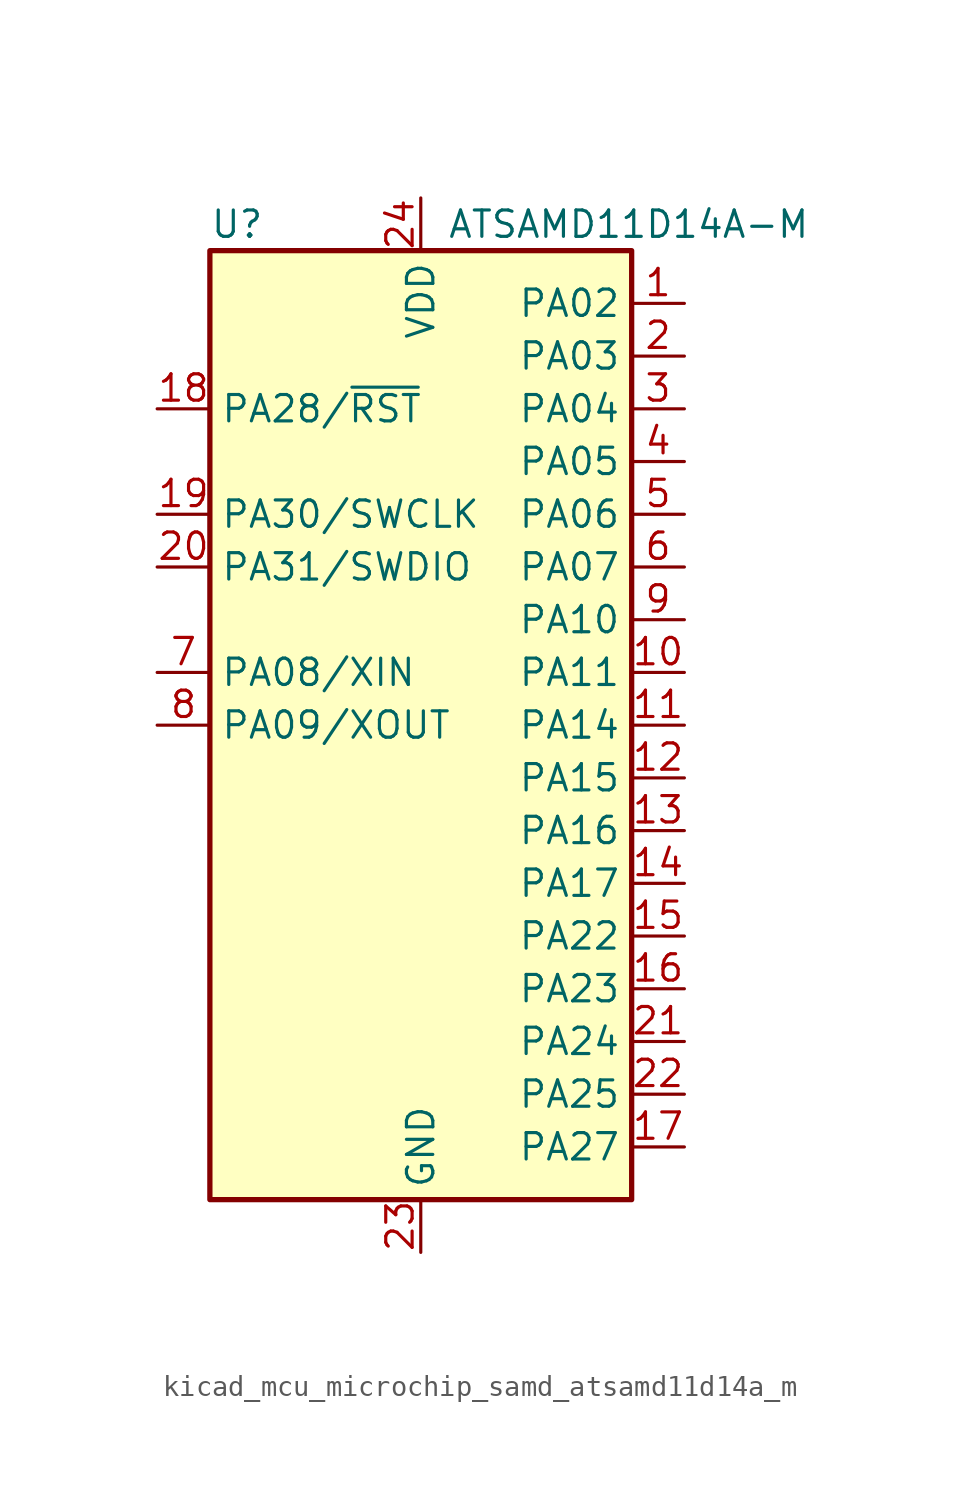
<source format=kicad_sym>
(kicad_symbol_lib
  (version 20220914)
  (generator kicad_symbol_editor)
  (symbol "kicad_mcu_microchip_samd_atsamd11d14a_m"
    (property "Reference" "U"
      (at -10.16 24.13 0)
      (effects (font (size 1.27 1.27)) (justify left)))
    (property "Value" "ATSAMD11D14A-M"
      (at 1.27 24.13 0)
      (effects (font (size 1.27 1.27)) (justify left)))
    (symbol "kicad_mcu_microchip_samd_atsamd11d14a_m_0_1"
      (rectangle (start -10.16 22.86) (end 10.16 -22.86) (stroke (width 0.254) (type default)) (fill (type background))))
    (symbol "kicad_mcu_microchip_samd_atsamd11d14a_m_1_1"
      (pin bidirectional line (at 12.7 20.32 180) (length 2.54) (name "PA02" (effects (font (size 1.27 1.27)))) (number "1" (effects (font (size 1.27 1.27)))))
      (pin bidirectional line (at 12.7 2.54 180) (length 2.54) (name "PA11" (effects (font (size 1.27 1.27)))) (number "10" (effects (font (size 1.27 1.27)))))
      (pin bidirectional line (at 12.7 0 180) (length 2.54) (name "PA14" (effects (font (size 1.27 1.27)))) (number "11" (effects (font (size 1.27 1.27)))))
      (pin bidirectional line (at 12.7 -2.54 180) (length 2.54) (name "PA15" (effects (font (size 1.27 1.27)))) (number "12" (effects (font (size 1.27 1.27)))))
      (pin bidirectional line (at 12.7 -5.08 180) (length 2.54) (name "PA16" (effects (font (size 1.27 1.27)))) (number "13" (effects (font (size 1.27 1.27)))))
      (pin bidirectional line (at 12.7 -7.62 180) (length 2.54) (name "PA17" (effects (font (size 1.27 1.27)))) (number "14" (effects (font (size 1.27 1.27)))))
      (pin bidirectional line (at 12.7 -10.16 180) (length 2.54) (name "PA22" (effects (font (size 1.27 1.27)))) (number "15" (effects (font (size 1.27 1.27)))))
      (pin bidirectional line (at 12.7 -12.7 180) (length 2.54) (name "PA23" (effects (font (size 1.27 1.27)))) (number "16" (effects (font (size 1.27 1.27)))))
      (pin bidirectional line (at 12.7 -20.32 180) (length 2.54) (name "PA27" (effects (font (size 1.27 1.27)))) (number "17" (effects (font (size 1.27 1.27)))))
      (pin bidirectional line (at -12.7 15.24 0) (length 2.54) (name "PA28/~{RST}" (effects (font (size 1.27 1.27)))) (number "18" (effects (font (size 1.27 1.27)))))
      (pin bidirectional line (at -12.7 10.16 0) (length 2.54) (name "PA30/SWCLK" (effects (font (size 1.27 1.27)))) (number "19" (effects (font (size 1.27 1.27)))))
      (pin bidirectional line (at 12.7 17.78 180) (length 2.54) (name "PA03" (effects (font (size 1.27 1.27)))) (number "2" (effects (font (size 1.27 1.27)))))
      (pin bidirectional line (at -12.7 7.62 0) (length 2.54) (name "PA31/SWDIO" (effects (font (size 1.27 1.27)))) (number "20" (effects (font (size 1.27 1.27)))))
      (pin bidirectional line (at 12.7 -15.24 180) (length 2.54) (name "PA24" (effects (font (size 1.27 1.27)))) (number "21" (effects (font (size 1.27 1.27)))))
      (pin bidirectional line (at 12.7 -17.78 180) (length 2.54) (name "PA25" (effects (font (size 1.27 1.27)))) (number "22" (effects (font (size 1.27 1.27)))))
      (pin power_in line (at 0 -25.4 90) (length 2.54) (name "GND" (effects (font (size 1.27 1.27)))) (number "23" (effects (font (size 1.27 1.27)))))
      (pin power_in line (at 0 25.4 270) (length 2.54) (name "VDD" (effects (font (size 1.27 1.27)))) (number "24" (effects (font (size 1.27 1.27)))))
      (pin bidirectional line (at 12.7 15.24 180) (length 2.54) (name "PA04" (effects (font (size 1.27 1.27)))) (number "3" (effects (font (size 1.27 1.27)))))
      (pin bidirectional line (at 12.7 12.7 180) (length 2.54) (name "PA05" (effects (font (size 1.27 1.27)))) (number "4" (effects (font (size 1.27 1.27)))))
      (pin bidirectional line (at 12.7 10.16 180) (length 2.54) (name "PA06" (effects (font (size 1.27 1.27)))) (number "5" (effects (font (size 1.27 1.27)))))
      (pin bidirectional line (at 12.7 7.62 180) (length 2.54) (name "PA07" (effects (font (size 1.27 1.27)))) (number "6" (effects (font (size 1.27 1.27)))))
      (pin bidirectional line (at -12.7 2.54 0) (length 2.54) (name "PA08/XIN" (effects (font (size 1.27 1.27)))) (number "7" (effects (font (size 1.27 1.27)))))
      (pin bidirectional line (at -12.7 0 0) (length 2.54) (name "PA09/XOUT" (effects (font (size 1.27 1.27)))) (number "8" (effects (font (size 1.27 1.27)))))
      (pin bidirectional line (at 12.7 5.08 180) (length 2.54) (name "PA10" (effects (font (size 1.27 1.27)))) (number "9" (effects (font (size 1.27 1.27))))))))
</source>
